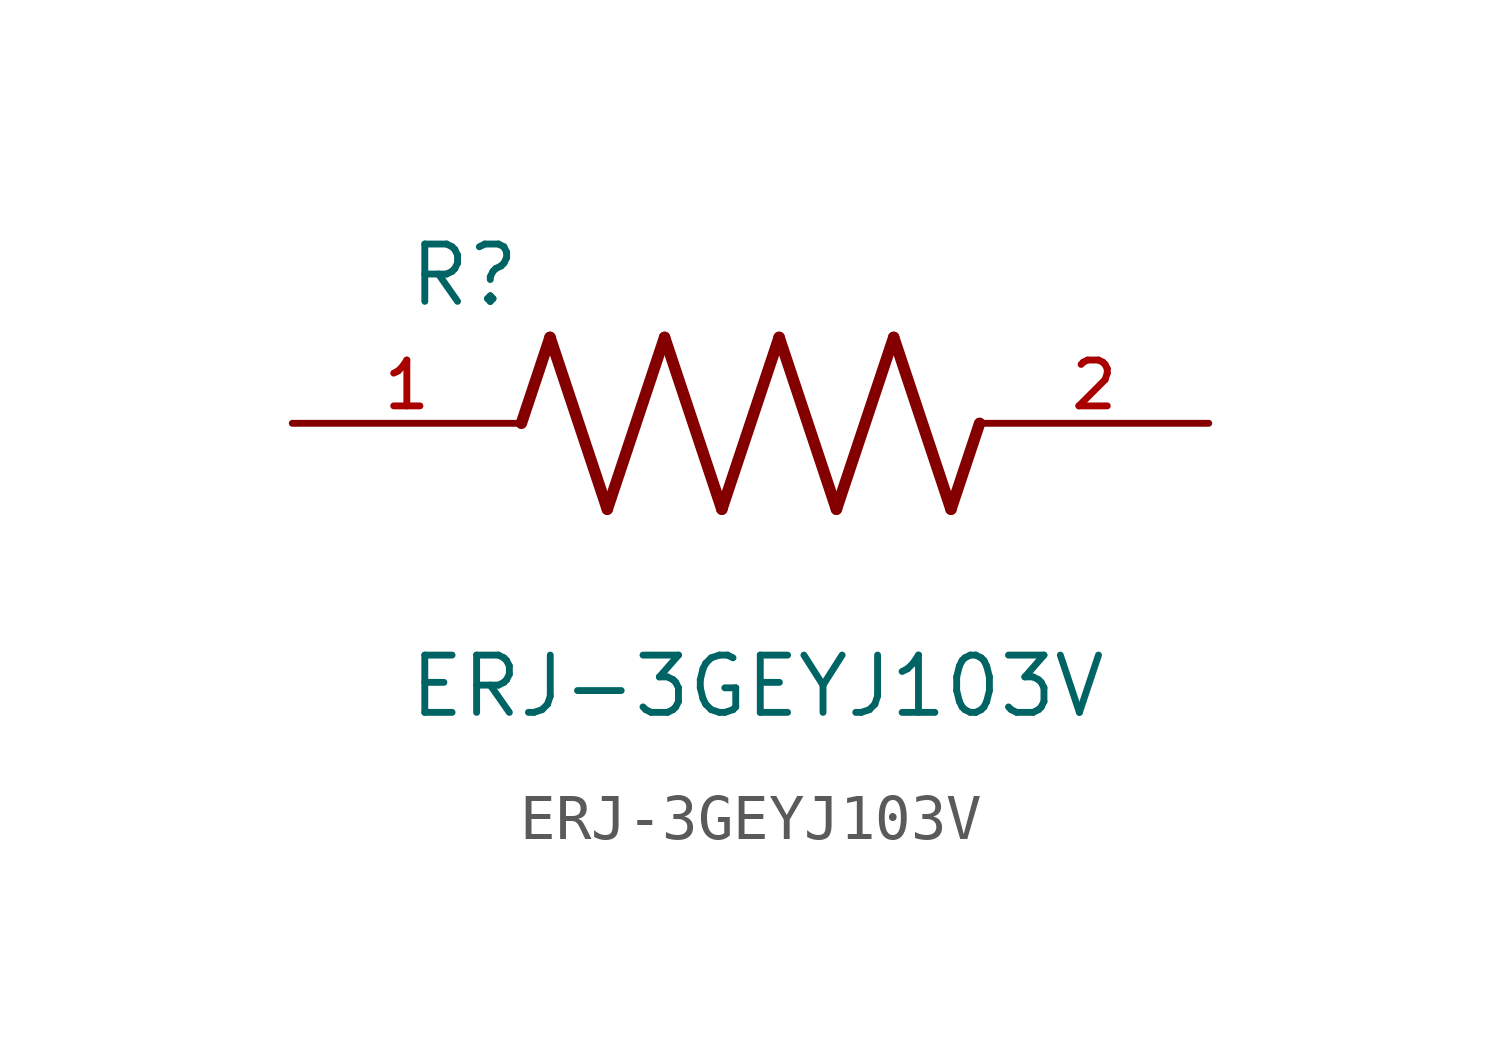
<source format=kicad_sym>
(kicad_symbol_lib
  (version 20211014)
  (generator kicad_symbol_editor)
  (symbol "ERJ-3GEYJ103V"
    (pin_names
      (offset 1.016))
    (property "Reference" "R"
      (at -7.624 2.541 0)
      (effects (font (size 1.27 1.27)) (justify bottom left)))
    (property "Value" "ERJ-3GEYJ103V"
      (at -7.624 -5.087 0)
      (effects (font (size 1.27 1.27)) (justify top left)))
    (symbol "ERJ-3GEYJ103V_0_0"
      (polyline (pts (xy -5.08 0.0) (xy -4.445 1.905)) (stroke (width 0.254)))
      (polyline (pts (xy -4.445 1.905) (xy -3.175 -1.905)) (stroke (width 0.254)))
      (polyline (pts (xy -3.175 -1.905) (xy -1.905 1.905)) (stroke (width 0.254)))
      (polyline (pts (xy -1.905 1.905) (xy -0.635 -1.905)) (stroke (width 0.254)))
      (polyline (pts (xy -0.635 -1.905) (xy 0.635 1.905)) (stroke (width 0.254)))
      (polyline (pts (xy 0.635 1.905) (xy 1.905 -1.905)) (stroke (width 0.254)))
      (polyline (pts (xy 1.905 -1.905) (xy 3.175 1.905)) (stroke (width 0.254)))
      (polyline (pts (xy 3.175 1.905) (xy 4.445 -1.905)) (stroke (width 0.254)))
      (polyline (pts (xy 4.445 -1.905) (xy 5.08 0.0)) (stroke (width 0.254)))
      (pin passive line (at -10.16 0.0 0) (length 5.08) (name "~" (effects (font (size 1.016 1.016)))) (number "1" (effects (font (size 1.016 1.016)))))
      (pin passive line (at 10.16 0.0 180.0) (length 5.08) (name "~" (effects (font (size 1.016 1.016)))) (number "2" (effects (font (size 1.016 1.016))))))))
</source>
